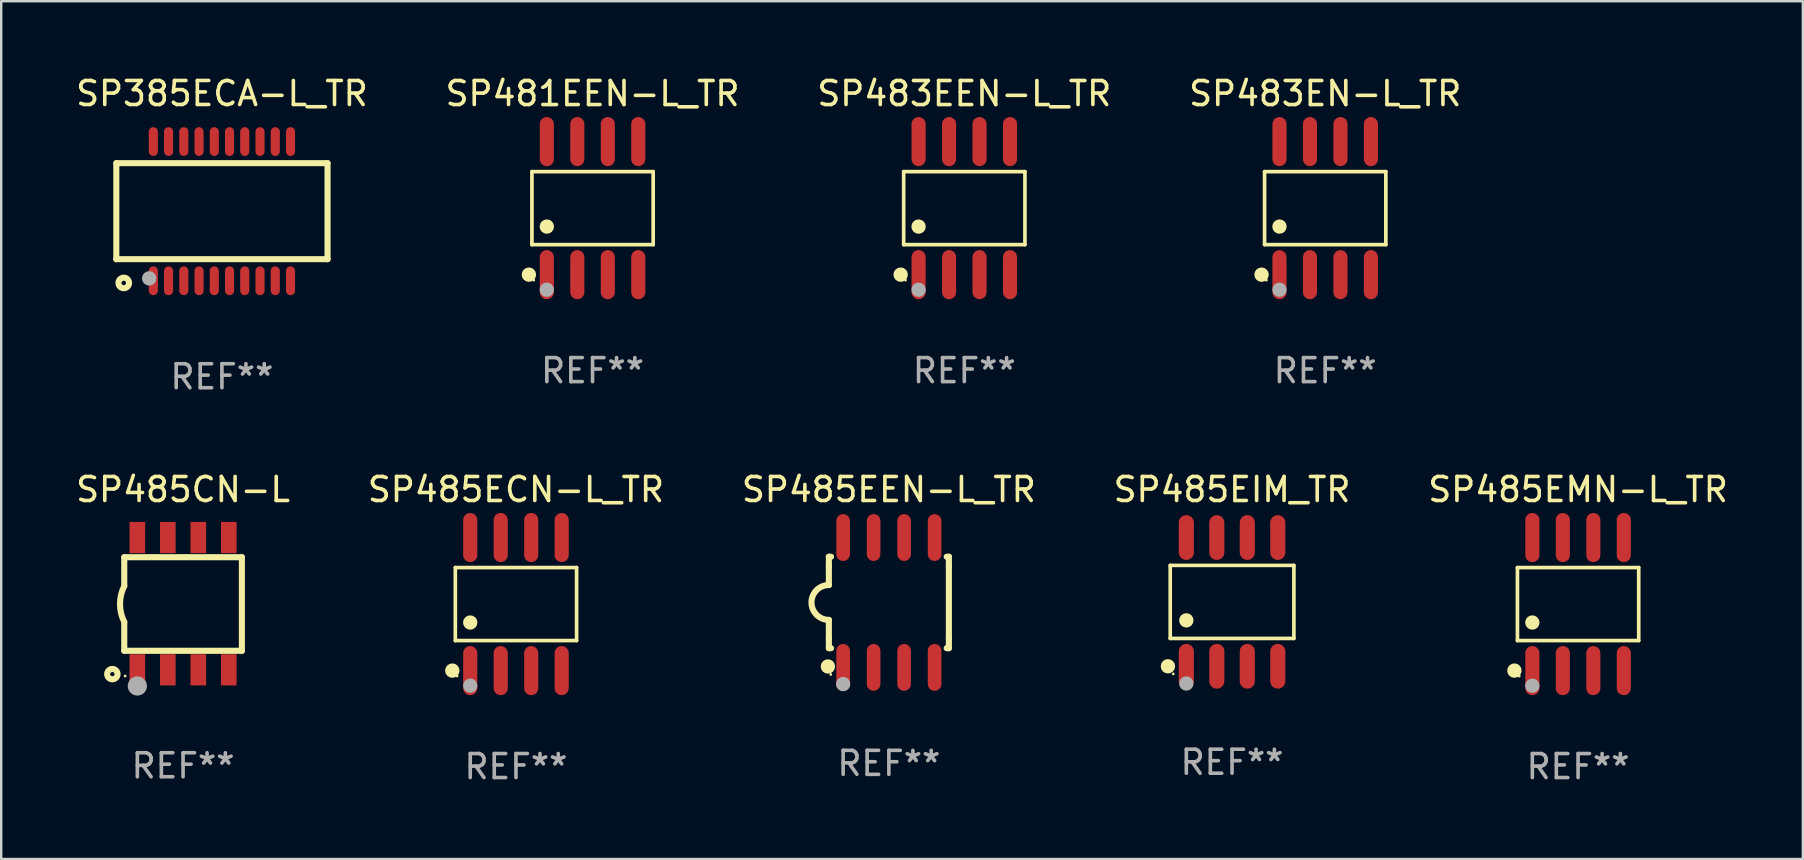
<source format=kicad_pcb>
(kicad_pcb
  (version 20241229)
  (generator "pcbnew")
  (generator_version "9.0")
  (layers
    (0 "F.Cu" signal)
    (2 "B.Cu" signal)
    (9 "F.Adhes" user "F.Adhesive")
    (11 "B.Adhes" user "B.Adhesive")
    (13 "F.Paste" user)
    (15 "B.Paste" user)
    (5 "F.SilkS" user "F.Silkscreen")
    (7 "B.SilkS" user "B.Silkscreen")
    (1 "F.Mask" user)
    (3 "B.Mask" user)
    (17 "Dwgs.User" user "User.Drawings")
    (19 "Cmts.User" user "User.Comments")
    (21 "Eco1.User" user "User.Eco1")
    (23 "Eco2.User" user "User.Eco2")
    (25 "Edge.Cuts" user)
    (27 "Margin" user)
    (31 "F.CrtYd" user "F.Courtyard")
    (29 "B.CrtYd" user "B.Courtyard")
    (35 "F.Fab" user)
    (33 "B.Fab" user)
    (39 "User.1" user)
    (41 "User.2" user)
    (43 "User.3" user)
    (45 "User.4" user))
  (footprint "SP481EEN-L_TR"
    (layer "F.Cu")
    (at 21.637 5.621)
    (property "Reference" "SP481EEN-L_TR" (at 0 -4.772 0) (layer "F.SilkS") (effects (font (size 1 1) (thickness 0.15))))
    (attr through_hole)
    (fp_line (start -2.526 -1.521) (end 2.526 -1.521) (stroke (width 0.152) (type solid)) (layer "F.SilkS"))
    (fp_line (start -2.526 1.521) (end -2.526 -1.521) (stroke (width 0.152) (type solid)) (layer "F.SilkS"))
    (fp_line (start 2.526 -1.521) (end 2.526 1.521) (stroke (width 0.152) (type solid)) (layer "F.SilkS"))
    (fp_line (start 2.526 1.521) (end -2.526 1.521) (stroke (width 0.152) (type solid)) (layer "F.SilkS"))
    (fp_circle (center -2.652 2.772) (end -2.501 2.772) (stroke (width 0.3) (type solid)) (fill no) (layer "F.SilkS"))
    (fp_circle (center -2.45 3) (end -2.42 3) (stroke (width 0.06) (type solid)) (fill no) (layer "F.SilkS"))
    (fp_circle (center -1.905 0.769) (end -1.755 0.769) (stroke (width 0.3) (type solid)) (fill no) (layer "F.SilkS"))
    (fp_circle (center -1.905 3.4) (end -1.755 3.4) (stroke (width 0.3) (type solid)) (fill no) (layer "F.Fab"))
    (fp_text user "REF**" (at 0 6.772 0) (layer "F.Fab") (effects (font (size 1 1) (thickness 0.15))))
    (pad "1" smd oval (at -1.905 2.772) (size 0.588 2.045) (layers "F.Cu" "F.Mask" "F.Paste"))
    (pad "2" smd oval (at -0.635 2.772) (size 0.588 2.045) (layers "F.Cu" "F.Mask" "F.Paste"))
    (pad "3" smd oval (at 0.635 2.772) (size 0.588 2.045) (layers "F.Cu" "F.Mask" "F.Paste"))
    (pad "4" smd oval (at 1.905 2.772) (size 0.588 2.045) (layers "F.Cu" "F.Mask" "F.Paste"))
    (pad "5" smd oval (at 1.905 -2.772) (size 0.588 2.045) (layers "F.Cu" "F.Mask" "F.Paste"))
    (pad "6" smd oval (at 0.635 -2.772) (size 0.588 2.045) (layers "F.Cu" "F.Mask" "F.Paste"))
    (pad "7" smd oval (at -0.635 -2.772) (size 0.588 2.045) (layers "F.Cu" "F.Mask" "F.Paste"))
    (pad "8" smd oval (at -1.905 -2.772) (size 0.588 2.045) (layers "F.Cu" "F.Mask" "F.Paste")))
  (footprint "SP485ECN-L_TR"
    (layer "F.Cu")
    (at 18.446 22.117)
    (property "Reference" "SP485ECN-L_TR" (at 0 -4.772 0) (layer "F.SilkS") (effects (font (size 1 1) (thickness 0.15))))
    (attr through_hole)
    (fp_line (start -2.526 -1.521) (end 2.526 -1.521) (stroke (width 0.152) (type solid)) (layer "F.SilkS"))
    (fp_line (start -2.526 1.521) (end -2.526 -1.521) (stroke (width 0.152) (type solid)) (layer "F.SilkS"))
    (fp_line (start 2.526 -1.521) (end 2.526 1.521) (stroke (width 0.152) (type solid)) (layer "F.SilkS"))
    (fp_line (start 2.526 1.521) (end -2.526 1.521) (stroke (width 0.152) (type solid)) (layer "F.SilkS"))
    (fp_circle (center -2.652 2.772) (end -2.501 2.772) (stroke (width 0.3) (type solid)) (fill no) (layer "F.SilkS"))
    (fp_circle (center -2.45 3) (end -2.42 3) (stroke (width 0.06) (type solid)) (fill no) (layer "F.SilkS"))
    (fp_circle (center -1.905 0.769) (end -1.755 0.769) (stroke (width 0.3) (type solid)) (fill no) (layer "F.SilkS"))
    (fp_circle (center -1.905 3.4) (end -1.755 3.4) (stroke (width 0.3) (type solid)) (fill no) (layer "F.Fab"))
    (fp_text user "REF**" (at 0 6.772 0) (layer "F.Fab") (effects (font (size 1 1) (thickness 0.15))))
    (pad "1" smd oval (at -1.905 2.772) (size 0.588 2.045) (layers "F.Cu" "F.Mask" "F.Paste"))
    (pad "2" smd oval (at -0.635 2.772) (size 0.588 2.045) (layers "F.Cu" "F.Mask" "F.Paste"))
    (pad "3" smd oval (at 0.635 2.772) (size 0.588 2.045) (layers "F.Cu" "F.Mask" "F.Paste"))
    (pad "4" smd oval (at 1.905 2.772) (size 0.588 2.045) (layers "F.Cu" "F.Mask" "F.Paste"))
    (pad "5" smd oval (at 1.905 -2.772) (size 0.588 2.045) (layers "F.Cu" "F.Mask" "F.Paste"))
    (pad "6" smd oval (at 0.635 -2.772) (size 0.588 2.045) (layers "F.Cu" "F.Mask" "F.Paste"))
    (pad "7" smd oval (at -0.635 -2.772) (size 0.588 2.045) (layers "F.Cu" "F.Mask" "F.Paste"))
    (pad "8" smd oval (at -1.905 -2.772) (size 0.588 2.045) (layers "F.Cu" "F.Mask" "F.Paste")))
  (footprint "SP485CN-L"
    (layer "F.Cu")
    (at 4.577 22.101)
    (property "Reference" "SP485CN-L" (at 0 -4.756 0) (layer "F.SilkS") (effects (font (size 1 1) (thickness 0.15))))
    (attr through_hole)
    (fp_line (start -2.45 -1.937) (end -2.45 -0.737) (stroke (width 0.254) (type solid)) (layer "F.SilkS"))
    (fp_line (start -2.45 -1.937) (end 2.45 -1.937) (stroke (width 0.254) (type solid)) (layer "F.SilkS"))
    (fp_line (start -2.45 1.963) (end -2.45 0.763) (stroke (width 0.254) (type solid)) (layer "F.SilkS"))
    (fp_line (start -2.45 1.963) (end 2.45 1.963) (stroke (width 0.254) (type solid)) (layer "F.SilkS"))
    (fp_line (start 2.45 -1.937) (end 2.45 1.963) (stroke (width 0.254) (type solid)) (layer "F.SilkS"))
    (fp_arc (start -2.449797 0.763271) (mid -2.626996 0.012993) (end -2.450025 -0.737338) (stroke (width 0.254001) (type solid)) (layer "F.SilkS"))
    (fp_circle (center -2.946 2.934) (end -2.73 2.934) (stroke (width 0.254) (type solid)) (fill no) (layer "F.SilkS"))
    (fp_circle (center -2.413 3.013) (end -2.383 3.013) (stroke (width 0.06) (type solid)) (fill no) (layer "F.SilkS"))
    (fp_circle (center -1.905 3.429) (end -1.705 3.429) (stroke (width 0.4) (type solid)) (fill no) (layer "F.Fab"))
    (fp_text user "REF**" (at 0 6.756 0) (layer "F.Fab") (effects (font (size 1 1) (thickness 0.15))))
    (pad "1" smd rect (at -1.905 2.756) (size 0.65 1.3) (layers "F.Cu" "F.Mask" "F.Paste"))
    (pad "2" smd rect (at -0.635 2.756) (size 0.65 1.3) (layers "F.Cu" "F.Mask" "F.Paste"))
    (pad "3" smd rect (at 0.635 2.756) (size 0.65 1.3) (layers "F.Cu" "F.Mask" "F.Paste"))
    (pad "4" smd rect (at 1.905 2.756) (size 0.65 1.3) (layers "F.Cu" "F.Mask" "F.Paste"))
    (pad "5" smd rect (at 1.905 -2.756) (size 0.65 1.3) (layers "F.Cu" "F.Mask" "F.Paste"))
    (pad "6" smd rect (at 0.635 -2.756) (size 0.65 1.3) (layers "F.Cu" "F.Mask" "F.Paste"))
    (pad "7" smd rect (at -0.635 -2.756) (size 0.65 1.3) (layers "F.Cu" "F.Mask" "F.Paste"))
    (pad "8" smd rect (at -1.905 -2.756) (size 0.65 1.3) (layers "F.Cu" "F.Mask" "F.Paste")))
  (footprint "SP485EMN-L_TR"
    (layer "F.Cu")
    (at 62.696 22.117)
    (property "Reference" "SP485EMN-L_TR" (at 0 -4.772 0) (layer "F.SilkS") (effects (font (size 1 1) (thickness 0.15))))
    (attr through_hole)
    (fp_line (start -2.526 -1.521) (end 2.526 -1.521) (stroke (width 0.152) (type solid)) (layer "F.SilkS"))
    (fp_line (start -2.526 1.521) (end -2.526 -1.521) (stroke (width 0.152) (type solid)) (layer "F.SilkS"))
    (fp_line (start 2.526 -1.521) (end 2.526 1.521) (stroke (width 0.152) (type solid)) (layer "F.SilkS"))
    (fp_line (start 2.526 1.521) (end -2.526 1.521) (stroke (width 0.152) (type solid)) (layer "F.SilkS"))
    (fp_circle (center -2.652 2.772) (end -2.501 2.772) (stroke (width 0.3) (type solid)) (fill no) (layer "F.SilkS"))
    (fp_circle (center -2.45 3) (end -2.42 3) (stroke (width 0.06) (type solid)) (fill no) (layer "F.SilkS"))
    (fp_circle (center -1.905 0.769) (end -1.755 0.769) (stroke (width 0.3) (type solid)) (fill no) (layer "F.SilkS"))
    (fp_circle (center -1.905 3.4) (end -1.755 3.4) (stroke (width 0.3) (type solid)) (fill no) (layer "F.Fab"))
    (fp_text user "REF**" (at 0 6.772 0) (layer "F.Fab") (effects (font (size 1 1) (thickness 0.15))))
    (pad "1" smd oval (at -1.905 2.772) (size 0.588 2.045) (layers "F.Cu" "F.Mask" "F.Paste"))
    (pad "2" smd oval (at -0.635 2.772) (size 0.588 2.045) (layers "F.Cu" "F.Mask" "F.Paste"))
    (pad "3" smd oval (at 0.635 2.772) (size 0.588 2.045) (layers "F.Cu" "F.Mask" "F.Paste"))
    (pad "4" smd oval (at 1.905 2.772) (size 0.588 2.045) (layers "F.Cu" "F.Mask" "F.Paste"))
    (pad "5" smd oval (at 1.905 -2.772) (size 0.588 2.045) (layers "F.Cu" "F.Mask" "F.Paste"))
    (pad "6" smd oval (at 0.635 -2.772) (size 0.588 2.045) (layers "F.Cu" "F.Mask" "F.Paste"))
    (pad "7" smd oval (at -0.635 -2.772) (size 0.588 2.045) (layers "F.Cu" "F.Mask" "F.Paste"))
    (pad "8" smd oval (at -1.905 -2.772) (size 0.588 2.045) (layers "F.Cu" "F.Mask" "F.Paste")))
  (footprint "SP485EIM_TR"
    (layer "F.Cu")
    (at 48.28 22.027)
    (property "Reference" "SP485EIM_TR" (at 0 -4.682 0) (layer "F.SilkS") (effects (font (size 1 1) (thickness 0.15))))
    (attr through_hole)
    (fp_line (start -2.576 -1.521) (end 2.576 -1.521) (stroke (width 0.152) (type solid)) (layer "F.SilkS"))
    (fp_line (start -2.576 1.521) (end -2.576 -1.521) (stroke (width 0.152) (type solid)) (layer "F.SilkS"))
    (fp_line (start 2.576 -1.521) (end 2.576 1.521) (stroke (width 0.152) (type solid)) (layer "F.SilkS"))
    (fp_line (start 2.576 1.521) (end -2.576 1.521) (stroke (width 0.152) (type solid)) (layer "F.SilkS"))
    (fp_circle (center -2.672 2.682) (end -2.522 2.682) (stroke (width 0.3) (type solid)) (fill no) (layer "F.SilkS"))
    (fp_circle (center -2.45 3) (end -2.42 3) (stroke (width 0.06) (type solid)) (fill no) (layer "F.SilkS"))
    (fp_circle (center -1.905 0.769) (end -1.755 0.769) (stroke (width 0.3) (type solid)) (fill no) (layer "F.SilkS"))
    (fp_circle (center -1.905 3.4) (end -1.755 3.4) (stroke (width 0.3) (type solid)) (fill no) (layer "F.Fab"))
    (fp_text user "REF**" (at 0 6.682 0) (layer "F.Fab") (effects (font (size 1 1) (thickness 0.15))))
    (pad "1" smd oval (at -1.905 2.682) (size 0.63 1.865) (layers "F.Cu" "F.Mask" "F.Paste"))
    (pad "2" smd oval (at -0.635 2.682) (size 0.63 1.865) (layers "F.Cu" "F.Mask" "F.Paste"))
    (pad "3" smd oval (at 0.635 2.682) (size 0.63 1.865) (layers "F.Cu" "F.Mask" "F.Paste"))
    (pad "4" smd oval (at 1.905 2.682) (size 0.63 1.865) (layers "F.Cu" "F.Mask" "F.Paste"))
    (pad "5" smd oval (at 1.905 -2.682) (size 0.63 1.865) (layers "F.Cu" "F.Mask" "F.Paste"))
    (pad "6" smd oval (at 0.635 -2.682) (size 0.63 1.865) (layers "F.Cu" "F.Mask" "F.Paste"))
    (pad "7" smd oval (at -0.635 -2.682) (size 0.63 1.865) (layers "F.Cu" "F.Mask" "F.Paste"))
    (pad "8" smd oval (at -1.905 -2.682) (size 0.63 1.865) (layers "F.Cu" "F.Mask" "F.Paste")))
  (footprint "SP485EEN-L_TR"
    (layer "F.Cu")
    (at 33.982 22.05)
    (property "Reference" "SP485EEN-L_TR" (at 0 -4.705 0) (layer "F.SilkS") (effects (font (size 1 1) (thickness 0.15))))
    (attr through_hole)
    (fp_line (start -2.5 -1.905) (end -2.409 -1.905) (stroke (width 0.254) (type solid)) (layer "F.SilkS"))
    (fp_line (start -2.5 -1.5) (end -2.5 -1.905) (stroke (width 0.254) (type solid)) (layer "F.SilkS"))
    (fp_line (start -2.5 -1.5) (end -2.5 -0.726) (stroke (width 0.254) (type solid)) (layer "F.SilkS"))
    (fp_line (start -2.5 1.5) (end -2.5 0.727) (stroke (width 0.254) (type solid)) (layer "F.SilkS"))
    (fp_line (start -2.5 1.5) (end -2.5 1.905) (stroke (width 0.254) (type solid)) (layer "F.SilkS"))
    (fp_line (start -2.5 1.905) (end -2.409 1.905) (stroke (width 0.254) (type solid)) (layer "F.SilkS"))
    (fp_line (start 2.5 -1.905) (end 2.409 -1.905) (stroke (width 0.254) (type solid)) (layer "F.SilkS"))
    (fp_line (start 2.5 -1.5) (end 2.5 -1.905) (stroke (width 0.254) (type solid)) (layer "F.SilkS"))
    (fp_line (start 2.5 -1.5) (end 2.5 1.5) (stroke (width 0.254) (type solid)) (layer "F.SilkS"))
    (fp_line (start 2.5 1.5) (end 2.5 1.905) (stroke (width 0.254) (type solid)) (layer "F.SilkS"))
    (fp_line (start 2.5 1.905) (end 2.409 1.905) (stroke (width 0.254) (type solid)) (layer "F.SilkS"))
    (fp_arc (start -2.5 0.726568) (mid -3.220316 -0.0023) (end -2.495097 -0.726289) (stroke (width 0.254001) (type solid)) (layer "F.SilkS"))
    (fp_circle (center -2.54 2.667) (end -2.39 2.667) (stroke (width 0.3) (type solid)) (fill no) (layer "F.SilkS"))
    (fp_circle (center -2.42 3) (end -2.39 3) (stroke (width 0.06) (type solid)) (fill no) (layer "F.SilkS"))
    (fp_circle (center -1.905 3.4) (end -1.755 3.4) (stroke (width 0.3) (type solid)) (fill no) (layer "F.Fab"))
    (fp_text user "REF**" (at 0 6.705 0) (layer "F.Fab") (effects (font (size 1 1) (thickness 0.15))))
    (pad "1" smd oval (at -1.905 2.705) (size 0.568 1.95) (layers "F.Cu" "F.Mask" "F.Paste"))
    (pad "2" smd oval (at -0.635 2.705) (size 0.568 1.95) (layers "F.Cu" "F.Mask" "F.Paste"))
    (pad "3" smd oval (at 0.635 2.705) (size 0.568 1.95) (layers "F.Cu" "F.Mask" "F.Paste"))
    (pad "4" smd oval (at 1.905 2.705) (size 0.568 1.95) (layers "F.Cu" "F.Mask" "F.Paste"))
    (pad "5" smd oval (at 1.905 -2.705) (size 0.568 1.95) (layers "F.Cu" "F.Mask" "F.Paste"))
    (pad "6" smd oval (at 0.635 -2.705) (size 0.568 1.95) (layers "F.Cu" "F.Mask" "F.Paste"))
    (pad "7" smd oval (at -0.635 -2.705) (size 0.568 1.95) (layers "F.Cu" "F.Mask" "F.Paste"))
    (pad "8" smd oval (at -1.905 -2.705) (size 0.568 1.95) (layers "F.Cu" "F.Mask" "F.Paste")))
  (footprint "SP385ECA-L_TR"
    (layer "F.Cu")
    (at 6.196 5.748)
    (property "Reference" "SP385ECA-L_TR" (at 0 -4.9 0) (layer "F.SilkS") (effects (font (size 1 1) (thickness 0.15))))
    (attr through_hole)
    (fp_line (start -4.4 -2) (end -4.4 2) (stroke (width 0.254) (type solid)) (layer "F.SilkS"))
    (fp_line (start -4.4 -2) (end 4.4 -2) (stroke (width 0.254) (type solid)) (layer "F.SilkS"))
    (fp_line (start -4.4 2) (end 4.4 2) (stroke (width 0.254) (type solid)) (layer "F.SilkS"))
    (fp_line (start 4.4 -2) (end 4.4 2) (stroke (width 0.254) (type solid)) (layer "F.SilkS"))
    (fp_circle (center -4.351 3) (end -4.321 3) (stroke (width 0.06) (type solid)) (fill no) (layer "F.SilkS"))
    (fp_circle (center -4.09 2.99) (end -3.87 2.99) (stroke (width 0.254) (type solid)) (fill no) (layer "F.SilkS"))
    (fp_circle (center -3.031 2.8) (end -2.88 2.8) (stroke (width 0.3) (type solid)) (fill no) (layer "F.Fab"))
    (fp_text user "REF**" (at 0 6.9 0) (layer "F.Fab") (effects (font (size 1 1) (thickness 0.15))))
    (pad "1" smd oval (at -2.858 2.9 180) (size 0.38 1.2) (layers "F.Cu" "F.Mask" "F.Paste"))
    (pad "2" smd oval (at -2.223 2.9 180) (size 0.38 1.2) (layers "F.Cu" "F.Mask" "F.Paste"))
    (pad "3" smd oval (at -1.588 2.9 180) (size 0.38 1.2) (layers "F.Cu" "F.Mask" "F.Paste"))
    (pad "4" smd oval (at -0.953 2.9 180) (size 0.38 1.2) (layers "F.Cu" "F.Mask" "F.Paste"))
    (pad "5" smd oval (at -0.318 2.9 180) (size 0.38 1.2) (layers "F.Cu" "F.Mask" "F.Paste"))
    (pad "6" smd oval (at 0.317 2.9 180) (size 0.38 1.2) (layers "F.Cu" "F.Mask" "F.Paste"))
    (pad "7" smd oval (at 0.952 2.9 180) (size 0.38 1.2) (layers "F.Cu" "F.Mask" "F.Paste"))
    (pad "8" smd oval (at 1.587 2.9 180) (size 0.38 1.2) (layers "F.Cu" "F.Mask" "F.Paste"))
    (pad "9" smd oval (at 2.222 2.9 180) (size 0.38 1.2) (layers "F.Cu" "F.Mask" "F.Paste"))
    (pad "10" smd oval (at 2.857 2.9 180) (size 0.38 1.2) (layers "F.Cu" "F.Mask" "F.Paste"))
    (pad "11" smd oval (at 2.857 -2.9) (size 0.38 1.2) (layers "F.Cu" "F.Mask" "F.Paste"))
    (pad "12" smd oval (at 2.222 -2.9) (size 0.38 1.2) (layers "F.Cu" "F.Mask" "F.Paste"))
    (pad "13" smd oval (at 1.587 -2.9) (size 0.38 1.2) (layers "F.Cu" "F.Mask" "F.Paste"))
    (pad "14" smd oval (at 0.952 -2.9) (size 0.38 1.2) (layers "F.Cu" "F.Mask" "F.Paste"))
    (pad "15" smd oval (at 0.317 -2.9) (size 0.38 1.2) (layers "F.Cu" "F.Mask" "F.Paste"))
    (pad "16" smd oval (at -0.318 -2.9) (size 0.38 1.2) (layers "F.Cu" "F.Mask" "F.Paste"))
    (pad "17" smd oval (at -0.953 -2.9) (size 0.38 1.2) (layers "F.Cu" "F.Mask" "F.Paste"))
    (pad "18" smd oval (at -1.588 -2.9) (size 0.38 1.2) (layers "F.Cu" "F.Mask" "F.Paste"))
    (pad "19" smd oval (at -2.223 -2.9) (size 0.38 1.2) (layers "F.Cu" "F.Mask" "F.Paste"))
    (pad "20" smd oval (at -2.858 -2.9) (size 0.38 1.2) (layers "F.Cu" "F.Mask" "F.Paste")))
  (footprint "SP483EEN-L_TR"
    (layer "F.Cu")
    (at 37.125 5.621)
    (property "Reference" "SP483EEN-L_TR" (at 0 -4.772 0) (layer "F.SilkS") (effects (font (size 1 1) (thickness 0.15))))
    (attr through_hole)
    (fp_line (start -2.526 -1.521) (end 2.526 -1.521) (stroke (width 0.152) (type solid)) (layer "F.SilkS"))
    (fp_line (start -2.526 1.521) (end -2.526 -1.521) (stroke (width 0.152) (type solid)) (layer "F.SilkS"))
    (fp_line (start 2.526 -1.521) (end 2.526 1.521) (stroke (width 0.152) (type solid)) (layer "F.SilkS"))
    (fp_line (start 2.526 1.521) (end -2.526 1.521) (stroke (width 0.152) (type solid)) (layer "F.SilkS"))
    (fp_circle (center -2.652 2.772) (end -2.501 2.772) (stroke (width 0.3) (type solid)) (fill no) (layer "F.SilkS"))
    (fp_circle (center -2.45 3) (end -2.42 3) (stroke (width 0.06) (type solid)) (fill no) (layer "F.SilkS"))
    (fp_circle (center -1.905 0.769) (end -1.755 0.769) (stroke (width 0.3) (type solid)) (fill no) (layer "F.SilkS"))
    (fp_circle (center -1.905 3.4) (end -1.755 3.4) (stroke (width 0.3) (type solid)) (fill no) (layer "F.Fab"))
    (fp_text user "REF**" (at 0 6.772 0) (layer "F.Fab") (effects (font (size 1 1) (thickness 0.15))))
    (pad "1" smd oval (at -1.905 2.772) (size 0.588 2.045) (layers "F.Cu" "F.Mask" "F.Paste"))
    (pad "2" smd oval (at -0.635 2.772) (size 0.588 2.045) (layers "F.Cu" "F.Mask" "F.Paste"))
    (pad "3" smd oval (at 0.635 2.772) (size 0.588 2.045) (layers "F.Cu" "F.Mask" "F.Paste"))
    (pad "4" smd oval (at 1.905 2.772) (size 0.588 2.045) (layers "F.Cu" "F.Mask" "F.Paste"))
    (pad "5" smd oval (at 1.905 -2.772) (size 0.588 2.045) (layers "F.Cu" "F.Mask" "F.Paste"))
    (pad "6" smd oval (at 0.635 -2.772) (size 0.588 2.045) (layers "F.Cu" "F.Mask" "F.Paste"))
    (pad "7" smd oval (at -0.635 -2.772) (size 0.588 2.045) (layers "F.Cu" "F.Mask" "F.Paste"))
    (pad "8" smd oval (at -1.905 -2.772) (size 0.588 2.045) (layers "F.Cu" "F.Mask" "F.Paste")))
  (footprint "SP483EN-L_TR"
    (layer "F.Cu")
    (at 52.161 5.621)
    (property "Reference" "SP483EN-L_TR" (at 0 -4.772 0) (layer "F.SilkS") (effects (font (size 1 1) (thickness 0.15))))
    (attr through_hole)
    (fp_line (start -2.526 -1.521) (end 2.526 -1.521) (stroke (width 0.152) (type solid)) (layer "F.SilkS"))
    (fp_line (start -2.526 1.521) (end -2.526 -1.521) (stroke (width 0.152) (type solid)) (layer "F.SilkS"))
    (fp_line (start 2.526 -1.521) (end 2.526 1.521) (stroke (width 0.152) (type solid)) (layer "F.SilkS"))
    (fp_line (start 2.526 1.521) (end -2.526 1.521) (stroke (width 0.152) (type solid)) (layer "F.SilkS"))
    (fp_circle (center -2.652 2.772) (end -2.501 2.772) (stroke (width 0.3) (type solid)) (fill no) (layer "F.SilkS"))
    (fp_circle (center -2.45 3) (end -2.42 3) (stroke (width 0.06) (type solid)) (fill no) (layer "F.SilkS"))
    (fp_circle (center -1.905 0.769) (end -1.755 0.769) (stroke (width 0.3) (type solid)) (fill no) (layer "F.SilkS"))
    (fp_circle (center -1.905 3.4) (end -1.755 3.4) (stroke (width 0.3) (type solid)) (fill no) (layer "F.Fab"))
    (fp_text user "REF**" (at 0 6.772 0) (layer "F.Fab") (effects (font (size 1 1) (thickness 0.15))))
    (pad "1" smd oval (at -1.905 2.772) (size 0.588 2.045) (layers "F.Cu" "F.Mask" "F.Paste"))
    (pad "2" smd oval (at -0.635 2.772) (size 0.588 2.045) (layers "F.Cu" "F.Mask" "F.Paste"))
    (pad "3" smd oval (at 0.635 2.772) (size 0.588 2.045) (layers "F.Cu" "F.Mask" "F.Paste"))
    (pad "4" smd oval (at 1.905 2.772) (size 0.588 2.045) (layers "F.Cu" "F.Mask" "F.Paste"))
    (pad "5" smd oval (at 1.905 -2.772) (size 0.588 2.045) (layers "F.Cu" "F.Mask" "F.Paste"))
    (pad "6" smd oval (at 0.635 -2.772) (size 0.588 2.045) (layers "F.Cu" "F.Mask" "F.Paste"))
    (pad "7" smd oval (at -0.635 -2.772) (size 0.588 2.045) (layers "F.Cu" "F.Mask" "F.Paste"))
    (pad "8" smd oval (at -1.905 -2.772) (size 0.588 2.045) (layers "F.Cu" "F.Mask" "F.Paste")))
  (gr_rect
    (start -3 -3)
    (end 72.06 32.738)
    (stroke (width 0.1) (type default))
    (fill no)
    (layer "Edge.Cuts")))
</source>
